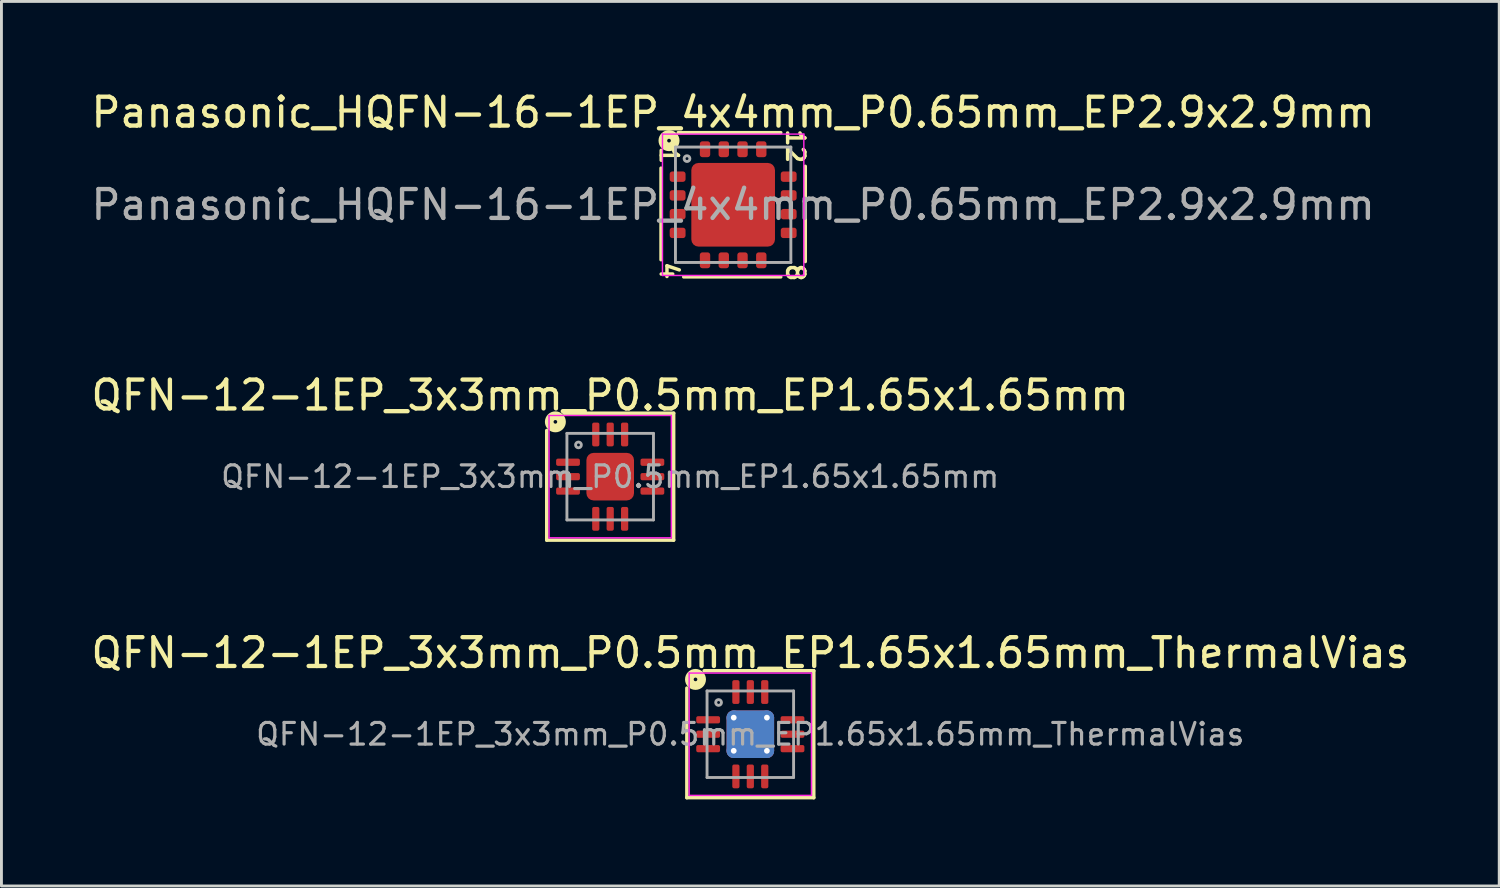
<source format=kicad_pcb>
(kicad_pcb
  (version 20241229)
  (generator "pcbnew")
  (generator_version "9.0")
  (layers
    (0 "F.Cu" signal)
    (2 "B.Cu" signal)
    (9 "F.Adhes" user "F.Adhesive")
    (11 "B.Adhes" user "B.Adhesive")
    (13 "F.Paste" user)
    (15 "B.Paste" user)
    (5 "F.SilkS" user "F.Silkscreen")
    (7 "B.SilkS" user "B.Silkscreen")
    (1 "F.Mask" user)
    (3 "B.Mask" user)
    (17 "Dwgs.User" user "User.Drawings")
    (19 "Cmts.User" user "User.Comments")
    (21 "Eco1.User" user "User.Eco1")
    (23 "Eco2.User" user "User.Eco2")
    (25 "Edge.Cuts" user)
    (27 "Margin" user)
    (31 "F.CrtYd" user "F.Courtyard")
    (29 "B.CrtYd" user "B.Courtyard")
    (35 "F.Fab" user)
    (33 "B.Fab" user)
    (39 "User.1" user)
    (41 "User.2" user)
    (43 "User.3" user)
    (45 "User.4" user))
  (footprint "Panasonic_HQFN-16-1EP_4x4mm_P0.65mm_EP2.9x2.9mm"
    (layer "F.Cu")
    (at 22.363 4.048)
    (property "Reference" "Panasonic_HQFN-16-1EP_4x4mm_P0.65mm_EP2.9x2.9mm" (at 0 -3.2 0) (layer "F.SilkS") (effects (font (size 1 1) (thickness 0.15))))
    (attr smd)
    (fp_line (start -2.5 -1.27) (end -2.5 1.905) (stroke (width 0.12) (type solid)) (layer "F.SilkS"))
    (fp_line (start -1.714 2.5) (end 1.651 2.5) (stroke (width 0.12) (type solid)) (layer "F.SilkS"))
    (fp_line (start 1.651 -2.5) (end -1.905 -2.5) (stroke (width 0.12) (type solid)) (layer "F.SilkS"))
    (fp_line (start 2.5 1.968) (end 2.5 -1.333) (stroke (width 0.12) (type solid)) (layer "F.SilkS"))
    (fp_circle (center -2.223 -2.223) (end -2.159 -2.223) (stroke (width 0.3) (type solid)) (fill no) (layer "F.SilkS"))
    (fp_line (start -2.45 -2.45) (end 2.45 -2.45) (stroke (width 0.05) (type solid)) (layer "F.CrtYd"))
    (fp_line (start -2.45 2.45) (end -2.45 -2.45) (stroke (width 0.05) (type solid)) (layer "F.CrtYd"))
    (fp_line (start -2.45 2.45) (end 2.45 2.45) (stroke (width 0.05) (type solid)) (layer "F.CrtYd"))
    (fp_line (start 2.45 -2.45) (end 2.45 2.45) (stroke (width 0.05) (type solid)) (layer "F.CrtYd"))
    (fp_line (start -2 -2) (end 2 -2) (stroke (width 0.1) (type solid)) (layer "F.Fab"))
    (fp_line (start -2 2) (end -2 -2) (stroke (width 0.1) (type solid)) (layer "F.Fab"))
    (fp_line (start 2 -2) (end 2 2) (stroke (width 0.1) (type solid)) (layer "F.Fab"))
    (fp_line (start 2 2) (end -2 2) (stroke (width 0.1) (type solid)) (layer "F.Fab"))
    (fp_circle (center -1.6 -1.6) (end -1.5 -1.6) (stroke (width 0.1) (type solid)) (fill no) (layer "F.Fab"))
    (fp_text user "12" (at 2.159 -2.032 270) (unlocked yes) (layer "F.SilkS") (effects (font (size 0.6 0.6) (thickness 0.12))))
    (fp_text user "1" (at -2.223 -1.714 270) (unlocked yes) (layer "F.SilkS") (effects (font (size 0.6 0.6) (thickness 0.12))))
    (fp_text user "4" (at -2.223 2.286 270) (unlocked yes) (layer "F.SilkS") (effects (font (size 0.6 0.6) (thickness 0.12))))
    (fp_text user "8" (at 2.159 2.349 270) (unlocked yes) (layer "F.SilkS") (effects (font (size 0.6 0.6) (thickness 0.12))))
    (fp_text user "${REFERENCE}" (at 0 0 0) (layer "F.Fab") (effects (font (size 1 1) (thickness 0.15))))
    (pad "" smd roundrect (at -0.725 -0.725) (size 1.05 1.05) (layers "F.Paste") (roundrect_rratio 0.238))
    (pad "" smd roundrect (at -0.725 0.725) (size 1.05 1.05) (layers "F.Paste") (roundrect_rratio 0.238))
    (pad "" smd roundrect (at 0.725 -0.725) (size 1.05 1.05) (layers "F.Paste") (roundrect_rratio 0.238))
    (pad "" smd roundrect (at 0.725 0.725) (size 1.05 1.05) (layers "F.Paste") (roundrect_rratio 0.238))
    (pad "1" smd roundrect (at -1.925 -0.975) (size 0.55 0.36) (layers "F.Cu" "F.Mask" "F.Paste") (roundrect_rratio 0.25))
    (pad "2" smd roundrect (at -1.925 -0.325) (size 0.55 0.36) (layers "F.Cu" "F.Mask" "F.Paste") (roundrect_rratio 0.25))
    (pad "3" smd roundrect (at -1.925 0.325) (size 0.55 0.36) (layers "F.Cu" "F.Mask" "F.Paste") (roundrect_rratio 0.25))
    (pad "4" smd roundrect (at -1.925 0.975) (size 0.55 0.36) (layers "F.Cu" "F.Mask" "F.Paste") (roundrect_rratio 0.25))
    (pad "5" smd roundrect (at -0.975 1.925) (size 0.36 0.55) (layers "F.Cu" "F.Mask" "F.Paste") (roundrect_rratio 0.25))
    (pad "6" smd roundrect (at -0.325 1.925) (size 0.36 0.55) (layers "F.Cu" "F.Mask" "F.Paste") (roundrect_rratio 0.25))
    (pad "7" smd roundrect (at 0.325 1.925) (size 0.36 0.55) (layers "F.Cu" "F.Mask" "F.Paste") (roundrect_rratio 0.25))
    (pad "8" smd roundrect (at 0.975 1.925) (size 0.36 0.55) (layers "F.Cu" "F.Mask" "F.Paste") (roundrect_rratio 0.25))
    (pad "9" smd roundrect (at 1.925 0.975) (size 0.55 0.36) (layers "F.Cu" "F.Mask" "F.Paste") (roundrect_rratio 0.25))
    (pad "10" smd roundrect (at 1.925 0.325) (size 0.55 0.36) (layers "F.Cu" "F.Mask" "F.Paste") (roundrect_rratio 0.25))
    (pad "11" smd roundrect (at 1.925 -0.325) (size 0.55 0.36) (layers "F.Cu" "F.Mask" "F.Paste") (roundrect_rratio 0.25))
    (pad "12" smd roundrect (at 1.925 -0.975) (size 0.55 0.36) (layers "F.Cu" "F.Mask" "F.Paste") (roundrect_rratio 0.25))
    (pad "13" smd roundrect (at 0.975 -1.925) (size 0.36 0.55) (layers "F.Cu" "F.Mask" "F.Paste") (roundrect_rratio 0.25))
    (pad "14" smd roundrect (at 0.325 -1.925) (size 0.36 0.55) (layers "F.Cu" "F.Mask" "F.Paste") (roundrect_rratio 0.25))
    (pad "15" smd roundrect (at -0.325 -1.925) (size 0.36 0.55) (layers "F.Cu" "F.Mask" "F.Paste") (roundrect_rratio 0.25))
    (pad "16" smd roundrect (at -0.975 -1.925) (size 0.36 0.55) (layers "F.Cu" "F.Mask" "F.Paste") (roundrect_rratio 0.25))
    (pad "17" smd roundrect (at 0 0) (size 2.9 2.9) (layers "F.Cu" "F.Mask") (roundrect_rratio 0.086)))
  (footprint "QFN-12-1EP_3x3mm_P0.5mm_EP1.65x1.65mm_ThermalVias"
    (layer "F.Cu")
    (at 22.958 22.4)
    (property "Reference" "QFN-12-1EP_3x3mm_P0.5mm_EP1.65x1.65mm_ThermalVias" (at 0 -2.82 0) (layer "F.SilkS") (effects (font (size 1 1) (thickness 0.15))))
    (attr smd)
    (fp_line (start -2.2 -1.6) (end -2.2 2.2) (stroke (width 0.12) (type solid)) (layer "F.SilkS"))
    (fp_line (start -2.2 2.2) (end 2.2 2.2) (stroke (width 0.12) (type solid)) (layer "F.SilkS"))
    (fp_line (start 2.2 -2.2) (end -1.6 -2.2) (stroke (width 0.12) (type solid)) (layer "F.SilkS"))
    (fp_line (start 2.2 2.2) (end 2.2 -2.2) (stroke (width 0.12) (type solid)) (layer "F.SilkS"))
    (fp_circle (center -1.9 -1.9) (end -1.837 -1.9) (stroke (width 0.3) (type solid)) (fill no) (layer "F.SilkS"))
    (fp_line (start -2.12 -2.12) (end -2.12 2.12) (stroke (width 0.05) (type solid)) (layer "F.CrtYd"))
    (fp_line (start -2.12 2.12) (end 2.12 2.12) (stroke (width 0.05) (type solid)) (layer "F.CrtYd"))
    (fp_line (start 2.12 -2.12) (end -2.12 -2.12) (stroke (width 0.05) (type solid)) (layer "F.CrtYd"))
    (fp_line (start 2.12 2.12) (end 2.12 -2.12) (stroke (width 0.05) (type solid)) (layer "F.CrtYd"))
    (fp_line (start -1.5 -1.5) (end 1.5 -1.5) (stroke (width 0.1) (type solid)) (layer "F.Fab"))
    (fp_line (start -1.5 1.5) (end -1.5 -1.5) (stroke (width 0.1) (type solid)) (layer "F.Fab"))
    (fp_line (start 1.5 -1.5) (end 1.5 1.5) (stroke (width 0.1) (type solid)) (layer "F.Fab"))
    (fp_line (start 1.5 1.5) (end -1.5 1.5) (stroke (width 0.1) (type solid)) (layer "F.Fab"))
    (fp_circle (center -1.1 -1.1) (end -1 -1.1) (stroke (width 0.1) (type solid)) (fill no) (layer "F.Fab"))
    (fp_text user "${REFERENCE}" (at 0 0 0) (layer "F.Fab") (effects (font (size 0.75 0.75) (thickness 0.11))))
    (pad "" smd roundrect (at -0.41 -0.41) (size 0.71 0.71) (layers "F.Paste") (roundrect_rratio 0.25))
    (pad "" smd roundrect (at -0.41 0.41) (size 0.71 0.71) (layers "F.Paste") (roundrect_rratio 0.25))
    (pad "" smd roundrect (at 0.41 -0.41) (size 0.71 0.71) (layers "F.Paste") (roundrect_rratio 0.25))
    (pad "" smd roundrect (at 0.41 0.41) (size 0.71 0.71) (layers "F.Paste") (roundrect_rratio 0.25))
    (pad "1" smd roundrect (at -1.462 -0.5) (size 0.825 0.25) (layers "F.Cu" "F.Mask" "F.Paste") (roundrect_rratio 0.25))
    (pad "2" smd roundrect (at -1.462 0) (size 0.825 0.25) (layers "F.Cu" "F.Mask" "F.Paste") (roundrect_rratio 0.25))
    (pad "3" smd roundrect (at -1.462 0.5) (size 0.825 0.25) (layers "F.Cu" "F.Mask" "F.Paste") (roundrect_rratio 0.25))
    (pad "4" smd roundrect (at -0.5 1.462) (size 0.25 0.825) (layers "F.Cu" "F.Mask" "F.Paste") (roundrect_rratio 0.25))
    (pad "5" smd roundrect (at 0 1.462) (size 0.25 0.825) (layers "F.Cu" "F.Mask" "F.Paste") (roundrect_rratio 0.25))
    (pad "6" smd roundrect (at 0.5 1.462) (size 0.25 0.825) (layers "F.Cu" "F.Mask" "F.Paste") (roundrect_rratio 0.25))
    (pad "7" smd roundrect (at 1.462 0.5) (size 0.825 0.25) (layers "F.Cu" "F.Mask" "F.Paste") (roundrect_rratio 0.25))
    (pad "8" smd roundrect (at 1.462 0) (size 0.825 0.25) (layers "F.Cu" "F.Mask" "F.Paste") (roundrect_rratio 0.25))
    (pad "9" smd roundrect (at 1.462 -0.5) (size 0.825 0.25) (layers "F.Cu" "F.Mask" "F.Paste") (roundrect_rratio 0.25))
    (pad "10" smd roundrect (at 0.5 -1.462) (size 0.25 0.825) (layers "F.Cu" "F.Mask" "F.Paste") (roundrect_rratio 0.25))
    (pad "11" smd roundrect (at 0 -1.462) (size 0.25 0.825) (layers "F.Cu" "F.Mask" "F.Paste") (roundrect_rratio 0.25))
    (pad "12" smd roundrect (at -0.5 -1.462) (size 0.25 0.825) (layers "F.Cu" "F.Mask" "F.Paste") (roundrect_rratio 0.25))
    (pad "13" thru_hole circle (at -0.575 -0.575) (size 0.5 0.5) (drill 0.2) (property pad_prop_heatsink) (layers "*.Cu"))
    (pad "13" thru_hole circle (at -0.575 0.575) (size 0.5 0.5) (drill 0.2) (property pad_prop_heatsink) (layers "*.Cu"))
    (pad "13" smd roundrect (at 0 0) (size 1.65 1.65) (layers "F.Cu" "F.Mask") (roundrect_rratio 0.152))
    (pad "13" smd roundrect (at 0 0) (size 1.65 1.65) (layers "B.Cu" "B.Mask") (roundrect_rratio 0.152))
    (pad "13" thru_hole circle (at 0.575 -0.575) (size 0.5 0.5) (drill 0.2) (property pad_prop_heatsink) (layers "*.Cu"))
    (pad "13" thru_hole circle (at 0.575 0.575) (size 0.5 0.5) (drill 0.2) (property pad_prop_heatsink) (layers "*.Cu")))
  (footprint "QFN-12-1EP_3x3mm_P0.5mm_EP1.65x1.65mm"
    (layer "F.Cu")
    (at 18.101 13.472)
    (property "Reference" "QFN-12-1EP_3x3mm_P0.5mm_EP1.65x1.65mm" (at 0 -2.82 0) (layer "F.SilkS") (effects (font (size 1 1) (thickness 0.15))))
    (attr smd)
    (fp_line (start -2.2 -1.6) (end -2.2 2.2) (stroke (width 0.12) (type solid)) (layer "F.SilkS"))
    (fp_line (start -2.2 2.2) (end 2.2 2.2) (stroke (width 0.12) (type solid)) (layer "F.SilkS"))
    (fp_line (start 2.2 -2.2) (end -1.6 -2.2) (stroke (width 0.12) (type solid)) (layer "F.SilkS"))
    (fp_line (start 2.2 2.2) (end 2.2 -2.2) (stroke (width 0.12) (type solid)) (layer "F.SilkS"))
    (fp_circle (center -1.9 -1.9) (end -1.837 -1.9) (stroke (width 0.3) (type solid)) (fill no) (layer "F.SilkS"))
    (fp_line (start -2.12 -2.12) (end -2.12 2.12) (stroke (width 0.05) (type solid)) (layer "F.CrtYd"))
    (fp_line (start -2.12 2.12) (end 2.12 2.12) (stroke (width 0.05) (type solid)) (layer "F.CrtYd"))
    (fp_line (start 2.12 -2.12) (end -2.12 -2.12) (stroke (width 0.05) (type solid)) (layer "F.CrtYd"))
    (fp_line (start 2.12 2.12) (end 2.12 -2.12) (stroke (width 0.05) (type solid)) (layer "F.CrtYd"))
    (fp_line (start -1.5 -1.5) (end 1.5 -1.5) (stroke (width 0.1) (type solid)) (layer "F.Fab"))
    (fp_line (start -1.5 1.5) (end -1.5 -1.5) (stroke (width 0.1) (type solid)) (layer "F.Fab"))
    (fp_line (start 1.5 -1.5) (end 1.5 1.5) (stroke (width 0.1) (type solid)) (layer "F.Fab"))
    (fp_line (start 1.5 1.5) (end -1.5 1.5) (stroke (width 0.1) (type solid)) (layer "F.Fab"))
    (fp_circle (center -1.1 -1.1) (end -1 -1.1) (stroke (width 0.1) (type solid)) (fill no) (layer "F.Fab"))
    (fp_text user "${REFERENCE}" (at 0 0 0) (layer "F.Fab") (effects (font (size 0.75 0.75) (thickness 0.11))))
    (pad "" smd roundrect (at -0.41 -0.41) (size 0.67 0.67) (layers "F.Paste") (roundrect_rratio 0.25))
    (pad "" smd roundrect (at -0.41 0.41) (size 0.67 0.67) (layers "F.Paste") (roundrect_rratio 0.25))
    (pad "" smd roundrect (at 0.41 -0.41) (size 0.67 0.67) (layers "F.Paste") (roundrect_rratio 0.25))
    (pad "" smd roundrect (at 0.41 0.41) (size 0.67 0.67) (layers "F.Paste") (roundrect_rratio 0.25))
    (pad "1" smd roundrect (at -1.462 -0.5) (size 0.825 0.25) (layers "F.Cu" "F.Mask" "F.Paste") (roundrect_rratio 0.25))
    (pad "2" smd roundrect (at -1.462 0) (size 0.825 0.25) (layers "F.Cu" "F.Mask" "F.Paste") (roundrect_rratio 0.25))
    (pad "3" smd roundrect (at -1.462 0.5) (size 0.825 0.25) (layers "F.Cu" "F.Mask" "F.Paste") (roundrect_rratio 0.25))
    (pad "4" smd roundrect (at -0.5 1.462) (size 0.25 0.825) (layers "F.Cu" "F.Mask" "F.Paste") (roundrect_rratio 0.25))
    (pad "5" smd roundrect (at 0 1.462) (size 0.25 0.825) (layers "F.Cu" "F.Mask" "F.Paste") (roundrect_rratio 0.25))
    (pad "6" smd roundrect (at 0.5 1.462) (size 0.25 0.825) (layers "F.Cu" "F.Mask" "F.Paste") (roundrect_rratio 0.25))
    (pad "7" smd roundrect (at 1.462 0.5) (size 0.825 0.25) (layers "F.Cu" "F.Mask" "F.Paste") (roundrect_rratio 0.25))
    (pad "8" smd roundrect (at 1.462 0) (size 0.825 0.25) (layers "F.Cu" "F.Mask" "F.Paste") (roundrect_rratio 0.25))
    (pad "9" smd roundrect (at 1.462 -0.5) (size 0.825 0.25) (layers "F.Cu" "F.Mask" "F.Paste") (roundrect_rratio 0.25))
    (pad "10" smd roundrect (at 0.5 -1.462) (size 0.25 0.825) (layers "F.Cu" "F.Mask" "F.Paste") (roundrect_rratio 0.25))
    (pad "11" smd roundrect (at 0 -1.462) (size 0.25 0.825) (layers "F.Cu" "F.Mask" "F.Paste") (roundrect_rratio 0.25))
    (pad "12" smd roundrect (at -0.5 -1.462) (size 0.25 0.825) (layers "F.Cu" "F.Mask" "F.Paste") (roundrect_rratio 0.25))
    (pad "13" smd roundrect (at 0 0) (size 1.65 1.65) (layers "F.Cu" "F.Mask") (roundrect_rratio 0.152)))
  (gr_rect
    (start -3 -3)
    (end 48.917 27.66)
    (stroke (width 0.1) (type default))
    (fill no)
    (layer "Edge.Cuts")))
</source>
